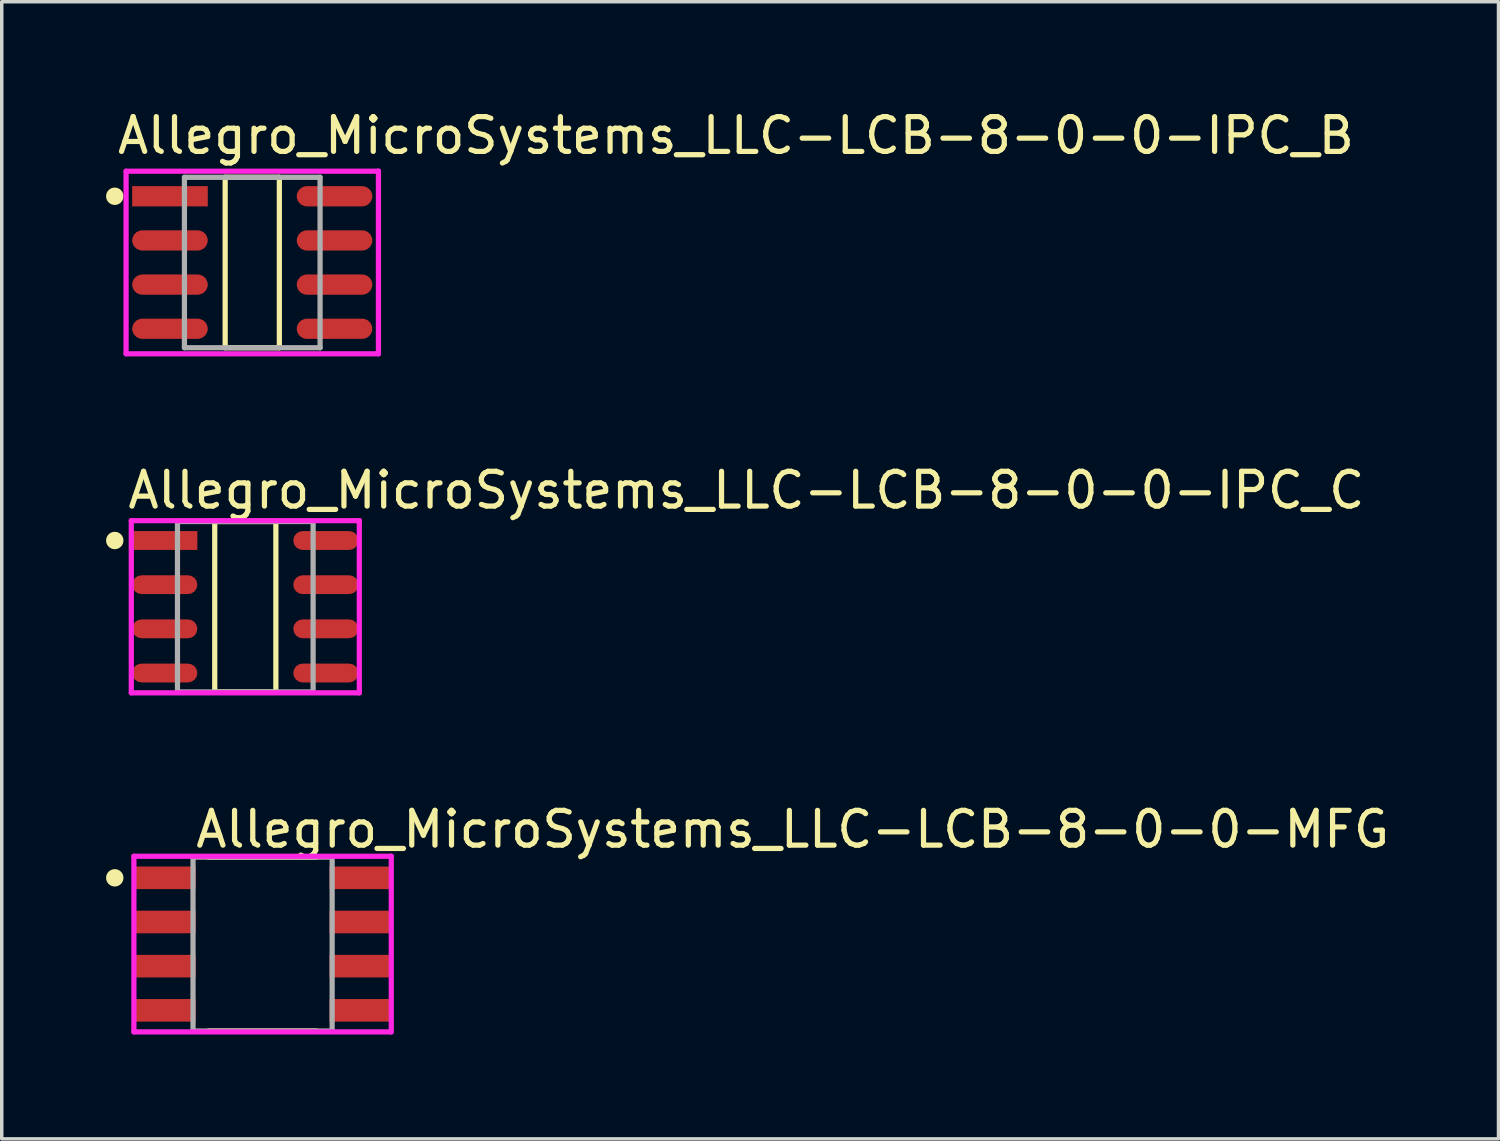
<source format=kicad_pcb>
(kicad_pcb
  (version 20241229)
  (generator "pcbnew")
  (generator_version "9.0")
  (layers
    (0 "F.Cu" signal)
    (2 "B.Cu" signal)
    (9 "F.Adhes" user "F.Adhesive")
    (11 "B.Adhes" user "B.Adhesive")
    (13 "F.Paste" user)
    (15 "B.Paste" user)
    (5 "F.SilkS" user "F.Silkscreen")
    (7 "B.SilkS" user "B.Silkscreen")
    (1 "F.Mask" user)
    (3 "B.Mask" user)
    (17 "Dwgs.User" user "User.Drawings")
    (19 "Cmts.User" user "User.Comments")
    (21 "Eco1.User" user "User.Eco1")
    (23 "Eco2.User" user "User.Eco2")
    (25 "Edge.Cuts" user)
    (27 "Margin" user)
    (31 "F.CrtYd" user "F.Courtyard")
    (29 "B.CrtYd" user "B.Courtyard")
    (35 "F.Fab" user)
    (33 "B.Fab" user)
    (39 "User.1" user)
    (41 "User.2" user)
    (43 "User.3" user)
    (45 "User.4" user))
  (footprint "Allegro_MicroSystems_LLC-LCB-8-0-0-MFG"
    (layer "F.Cu")
    (at 4.5 24.095)
    (property "Reference" "Allegro_MicroSystems_LLC-LCB-8-0-0-MFG" (at -2 -3.3 0) (layer "F.SilkS") (effects (font (size 1 1) (thickness 0.15)) (justify left)))
    (attr through_hole)
    (fp_line (start -1.55 -2.5) (end 1.55 -2.5) (stroke (width 0.15) (type solid)) (layer "F.SilkS"))
    (fp_line (start -1.55 2.5) (end 1.55 2.5) (stroke (width 0.15) (type solid)) (layer "F.SilkS"))
    (fp_circle (center -4.25 -1.905) (end -4.125 -1.905) (stroke (width 0.25) (type solid)) (fill no) (layer "F.SilkS"))
    (fp_line (start -3.7 -2.525) (end -3.7 2.525) (stroke (width 0.15) (type solid)) (layer "F.CrtYd"))
    (fp_line (start -3.7 2.525) (end 3.7 2.525) (stroke (width 0.15) (type solid)) (layer "F.CrtYd"))
    (fp_line (start 3.7 -2.525) (end -3.7 -2.525) (stroke (width 0.15) (type solid)) (layer "F.CrtYd"))
    (fp_line (start 3.7 -2.525) (end 3.7 -2.525) (stroke (width 0.15) (type solid)) (layer "F.CrtYd"))
    (fp_line (start 3.7 2.525) (end 3.7 -2.525) (stroke (width 0.15) (type solid)) (layer "F.CrtYd"))
    (fp_line (start -2 -2.5) (end 2 -2.5) (stroke (width 0.15) (type solid)) (layer "F.Fab"))
    (fp_line (start -2 2.5) (end -2 -2.5) (stroke (width 0.15) (type solid)) (layer "F.Fab"))
    (fp_line (start 2 -2.5) (end 2 2.5) (stroke (width 0.15) (type solid)) (layer "F.Fab"))
    (fp_line (start 2 2.5) (end -2 2.5) (stroke (width 0.15) (type solid)) (layer "F.Fab"))
    (pad "1" smd rect (at -2.8 -1.905) (size 1.75 0.65) (layers "F.Cu" "F.Mask" "F.Paste"))
    (pad "2" smd rect (at -2.8 -0.635) (size 1.75 0.65) (layers "F.Cu" "F.Mask" "F.Paste"))
    (pad "3" smd rect (at -2.8 0.635) (size 1.75 0.65) (layers "F.Cu" "F.Mask" "F.Paste"))
    (pad "4" smd rect (at -2.8 1.905) (size 1.75 0.65) (layers "F.Cu" "F.Mask" "F.Paste"))
    (pad "5" smd rect (at 2.8 1.905) (size 1.75 0.65) (layers "F.Cu" "F.Mask" "F.Paste"))
    (pad "6" smd rect (at 2.8 0.635) (size 1.75 0.65) (layers "F.Cu" "F.Mask" "F.Paste"))
    (pad "7" smd rect (at 2.8 -0.635) (size 1.75 0.65) (layers "F.Cu" "F.Mask" "F.Paste"))
    (pad "8" smd rect (at 2.8 -1.905) (size 1.75 0.65) (layers "F.Cu" "F.Mask" "F.Paste")))
  (footprint "Allegro_MicroSystems_LLC-LCB-8-0-0-IPC_B"
    (layer "F.Cu")
    (at 4.203 4.498)
    (property "Reference" "Allegro_MicroSystems_LLC-LCB-8-0-0-IPC_B" (at -3.953 -3.65 0) (layer "F.SilkS") (effects (font (size 1 1) (thickness 0.15)) (justify left)))
    (attr through_hole)
    (fp_line (start -0.779 -2.45) (end 0.779 -2.45) (stroke (width 0.15) (type solid)) (layer "F.SilkS"))
    (fp_line (start -0.779 2.45) (end -0.779 -2.45) (stroke (width 0.15) (type solid)) (layer "F.SilkS"))
    (fp_line (start 0.779 -2.45) (end 0.779 2.45) (stroke (width 0.15) (type solid)) (layer "F.SilkS"))
    (fp_line (start 0.779 2.45) (end -0.779 2.45) (stroke (width 0.15) (type solid)) (layer "F.SilkS"))
    (fp_circle (center -3.953 -1.905) (end -3.828 -1.905) (stroke (width 0.25) (type solid)) (fill no) (layer "F.SilkS"))
    (fp_line (start -3.628 -2.625) (end -3.628 2.625) (stroke (width 0.15) (type solid)) (layer "F.CrtYd"))
    (fp_line (start -3.628 2.625) (end 3.628 2.625) (stroke (width 0.15) (type solid)) (layer "F.CrtYd"))
    (fp_line (start 3.628 -2.625) (end -3.628 -2.625) (stroke (width 0.15) (type solid)) (layer "F.CrtYd"))
    (fp_line (start 3.628 -2.625) (end 3.628 -2.625) (stroke (width 0.15) (type solid)) (layer "F.CrtYd"))
    (fp_line (start 3.628 2.625) (end 3.628 -2.625) (stroke (width 0.15) (type solid)) (layer "F.CrtYd"))
    (fp_line (start -1.95 -2.45) (end 1.95 -2.45) (stroke (width 0.15) (type solid)) (layer "F.Fab"))
    (fp_line (start -1.95 2.45) (end -1.95 -2.45) (stroke (width 0.15) (type solid)) (layer "F.Fab"))
    (fp_line (start 1.95 -2.45) (end 1.95 2.45) (stroke (width 0.15) (type solid)) (layer "F.Fab"))
    (fp_line (start 1.95 2.45) (end -1.95 2.45) (stroke (width 0.15) (type solid)) (layer "F.Fab"))
    (pad "1" smd rect (at -2.366 -1.905) (size 2.174 0.582) (layers "F.Cu" "F.Mask" "F.Paste"))
    (pad "2" smd roundrect (at -2.366 -0.635) (size 2.174 0.582) (layers "F.Cu" "F.Mask" "F.Paste") (roundrect_rratio 0.5))
    (pad "3" smd roundrect (at -2.366 0.635) (size 2.174 0.582) (layers "F.Cu" "F.Mask" "F.Paste") (roundrect_rratio 0.5))
    (pad "4" smd roundrect (at -2.366 1.905) (size 2.174 0.582) (layers "F.Cu" "F.Mask" "F.Paste") (roundrect_rratio 0.5))
    (pad "5" smd roundrect (at 2.366 1.905) (size 2.174 0.582) (layers "F.Cu" "F.Mask" "F.Paste") (roundrect_rratio 0.5))
    (pad "6" smd roundrect (at 2.366 0.635) (size 2.174 0.582) (layers "F.Cu" "F.Mask" "F.Paste") (roundrect_rratio 0.5))
    (pad "7" smd roundrect (at 2.366 -0.635) (size 2.174 0.582) (layers "F.Cu" "F.Mask" "F.Paste") (roundrect_rratio 0.5))
    (pad "8" smd roundrect (at 2.366 -1.905) (size 2.174 0.582) (layers "F.Cu" "F.Mask" "F.Paste") (roundrect_rratio 0.5)))
  (footprint "Allegro_MicroSystems_LLC-LCB-8-0-0-IPC_C"
    (layer "F.Cu")
    (at 4.003 14.396)
    (property "Reference" "Allegro_MicroSystems_LLC-LCB-8-0-0-IPC_C" (at -3.453 -3.35 0) (layer "F.SilkS") (effects (font (size 1 1) (thickness 0.15)) (justify left)))
    (attr through_hole)
    (fp_line (start -0.879 -2.45) (end 0.879 -2.45) (stroke (width 0.15) (type solid)) (layer "F.SilkS"))
    (fp_line (start -0.879 2.45) (end -0.879 -2.45) (stroke (width 0.15) (type solid)) (layer "F.SilkS"))
    (fp_line (start 0.879 -2.45) (end 0.879 2.45) (stroke (width 0.15) (type solid)) (layer "F.SilkS"))
    (fp_line (start 0.879 2.45) (end -0.879 2.45) (stroke (width 0.15) (type solid)) (layer "F.SilkS"))
    (fp_circle (center -3.753 -1.905) (end -3.628 -1.905) (stroke (width 0.25) (type solid)) (fill no) (layer "F.SilkS"))
    (fp_line (start -3.278 -2.475) (end -3.278 2.475) (stroke (width 0.15) (type solid)) (layer "F.CrtYd"))
    (fp_line (start -3.278 2.475) (end 3.278 2.475) (stroke (width 0.15) (type solid)) (layer "F.CrtYd"))
    (fp_line (start 3.278 -2.475) (end -3.278 -2.475) (stroke (width 0.15) (type solid)) (layer "F.CrtYd"))
    (fp_line (start 3.278 -2.475) (end 3.278 -2.475) (stroke (width 0.15) (type solid)) (layer "F.CrtYd"))
    (fp_line (start 3.278 2.475) (end 3.278 -2.475) (stroke (width 0.15) (type solid)) (layer "F.CrtYd"))
    (fp_line (start -1.95 -2.45) (end 1.95 -2.45) (stroke (width 0.15) (type solid)) (layer "F.Fab"))
    (fp_line (start -1.95 2.45) (end -1.95 -2.45) (stroke (width 0.15) (type solid)) (layer "F.Fab"))
    (fp_line (start 1.95 -2.45) (end 1.95 2.45) (stroke (width 0.15) (type solid)) (layer "F.Fab"))
    (fp_line (start 1.95 2.45) (end -1.95 2.45) (stroke (width 0.15) (type solid)) (layer "F.Fab"))
    (pad "1" smd rect (at -2.316 -1.905) (size 1.874 0.542) (layers "F.Cu" "F.Mask" "F.Paste"))
    (pad "2" smd roundrect (at -2.316 -0.635) (size 1.874 0.542) (layers "F.Cu" "F.Mask" "F.Paste") (roundrect_rratio 0.5))
    (pad "3" smd roundrect (at -2.316 0.635) (size 1.874 0.542) (layers "F.Cu" "F.Mask" "F.Paste") (roundrect_rratio 0.5))
    (pad "4" smd roundrect (at -2.316 1.905) (size 1.874 0.542) (layers "F.Cu" "F.Mask" "F.Paste") (roundrect_rratio 0.5))
    (pad "5" smd roundrect (at 2.316 1.905) (size 1.874 0.542) (layers "F.Cu" "F.Mask" "F.Paste") (roundrect_rratio 0.5))
    (pad "6" smd roundrect (at 2.316 0.635) (size 1.874 0.542) (layers "F.Cu" "F.Mask" "F.Paste") (roundrect_rratio 0.5))
    (pad "7" smd roundrect (at 2.316 -0.635) (size 1.874 0.542) (layers "F.Cu" "F.Mask" "F.Paste") (roundrect_rratio 0.5))
    (pad "8" smd roundrect (at 2.316 -1.905) (size 1.874 0.542) (layers "F.Cu" "F.Mask" "F.Paste") (roundrect_rratio 0.5)))
  (gr_rect
    (start -3 -3)
    (end 40.036 29.695)
    (stroke (width 0.1) (type default))
    (fill no)
    (layer "Edge.Cuts")))
</source>
